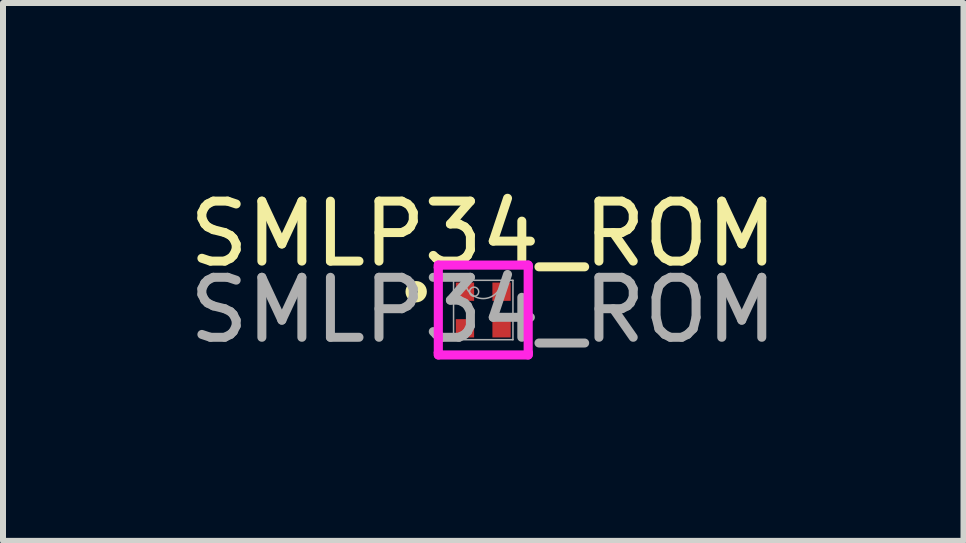
<source format=kicad_pcb>
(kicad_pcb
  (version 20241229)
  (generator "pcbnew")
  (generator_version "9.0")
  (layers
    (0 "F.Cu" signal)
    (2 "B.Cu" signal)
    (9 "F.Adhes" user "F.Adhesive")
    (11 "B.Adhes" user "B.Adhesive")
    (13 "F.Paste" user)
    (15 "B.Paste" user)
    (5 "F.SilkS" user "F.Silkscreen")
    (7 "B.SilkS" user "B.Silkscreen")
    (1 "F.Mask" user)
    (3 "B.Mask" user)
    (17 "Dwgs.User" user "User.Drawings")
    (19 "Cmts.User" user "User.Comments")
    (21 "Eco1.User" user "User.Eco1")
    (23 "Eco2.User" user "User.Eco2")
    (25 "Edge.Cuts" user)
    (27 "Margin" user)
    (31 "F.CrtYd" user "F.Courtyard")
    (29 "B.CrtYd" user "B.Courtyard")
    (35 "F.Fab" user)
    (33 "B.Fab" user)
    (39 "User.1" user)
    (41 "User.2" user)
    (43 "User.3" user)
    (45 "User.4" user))
  (footprint "SMLP34_ROM"
    (layer "F.Cu")
    (at 5.006 2.118)
    (property "Reference" "SMLP34_ROM" (at 0 -1.27 0) (unlocked yes) (layer "F.SilkS") (effects (font (size 1 1) (thickness 0.15))))
    (attr smd)
    (fp_circle (center -1.118 -0.305) (end -1.016 -0.305) (stroke (width 0.152) (type solid)) (fill no) (layer "F.SilkS"))
    (fp_line (start -0.749 -0.749) (end 0.749 -0.749) (stroke (width 0.152) (type solid)) (layer "F.CrtYd"))
    (fp_line (start -0.749 -0.711) (end -0.749 -0.749) (stroke (width 0.152) (type solid)) (layer "F.CrtYd"))
    (fp_line (start -0.749 -0.711) (end -0.749 -0.711) (stroke (width 0.152) (type solid)) (layer "F.CrtYd"))
    (fp_line (start -0.749 0.711) (end -0.749 -0.711) (stroke (width 0.152) (type solid)) (layer "F.CrtYd"))
    (fp_line (start -0.749 0.711) (end -0.749 0.711) (stroke (width 0.152) (type solid)) (layer "F.CrtYd"))
    (fp_line (start -0.749 0.749) (end -0.749 0.711) (stroke (width 0.152) (type solid)) (layer "F.CrtYd"))
    (fp_line (start 0.749 -0.749) (end 0.749 -0.711) (stroke (width 0.152) (type solid)) (layer "F.CrtYd"))
    (fp_line (start 0.749 -0.711) (end 0.749 -0.711) (stroke (width 0.152) (type solid)) (layer "F.CrtYd"))
    (fp_line (start 0.749 -0.711) (end 0.749 0.711) (stroke (width 0.152) (type solid)) (layer "F.CrtYd"))
    (fp_line (start 0.749 0.711) (end 0.749 0.711) (stroke (width 0.152) (type solid)) (layer "F.CrtYd"))
    (fp_line (start 0.749 0.711) (end 0.749 0.749) (stroke (width 0.152) (type solid)) (layer "F.CrtYd"))
    (fp_line (start 0.749 0.749) (end -0.749 0.749) (stroke (width 0.152) (type solid)) (layer "F.CrtYd"))
    (fp_line (start -0.495 -0.495) (end -0.495 0.495) (stroke (width 0.025) (type solid)) (layer "F.Fab"))
    (fp_line (start -0.495 0.495) (end 0.495 0.495) (stroke (width 0.025) (type solid)) (layer "F.Fab"))
    (fp_line (start 0.495 -0.495) (end -0.495 -0.495) (stroke (width 0.025) (type solid)) (layer "F.Fab"))
    (fp_line (start 0.495 0.495) (end 0.495 -0.495) (stroke (width 0.025) (type solid)) (layer "F.Fab"))
    (fp_arc (start 0.3048 -0.4953) (mid 0 -0.1905) (end -0.3048 -0.4953) (stroke (width 0.0254) (type solid)) (layer "F.Fab"))
    (fp_circle (center -0.152 -0.305) (end -0.076 -0.305) (stroke (width 0.025) (type solid)) (fill no) (layer "F.Fab"))
    (fp_text user "${REFERENCE}" (at 0 0 0) (unlocked yes) (layer "F.Fab") (effects (font (size 1 1) (thickness 0.15))))
    (pad "1" smd rect (at -0.305 -0.305) (size 0.305 0.305) (layers "F.Cu" "F.Mask" "F.Paste"))
    (pad "2" smd rect (at -0.305 0.305) (size 0.305 0.305) (layers "F.Cu" "F.Mask" "F.Paste"))
    (pad "3" smd rect (at 0.305 0.305) (size 0.305 0.305) (layers "F.Cu" "F.Mask" "F.Paste"))
    (pad "4" smd rect (at 0.305 -0.305) (size 0.305 0.305) (layers "F.Cu" "F.Mask" "F.Paste")))
  (gr_rect
    (start -3 -3)
    (end 13.012 5.966)
    (stroke (width 0.1) (type default))
    (fill no)
    (layer "Edge.Cuts")))
</source>
